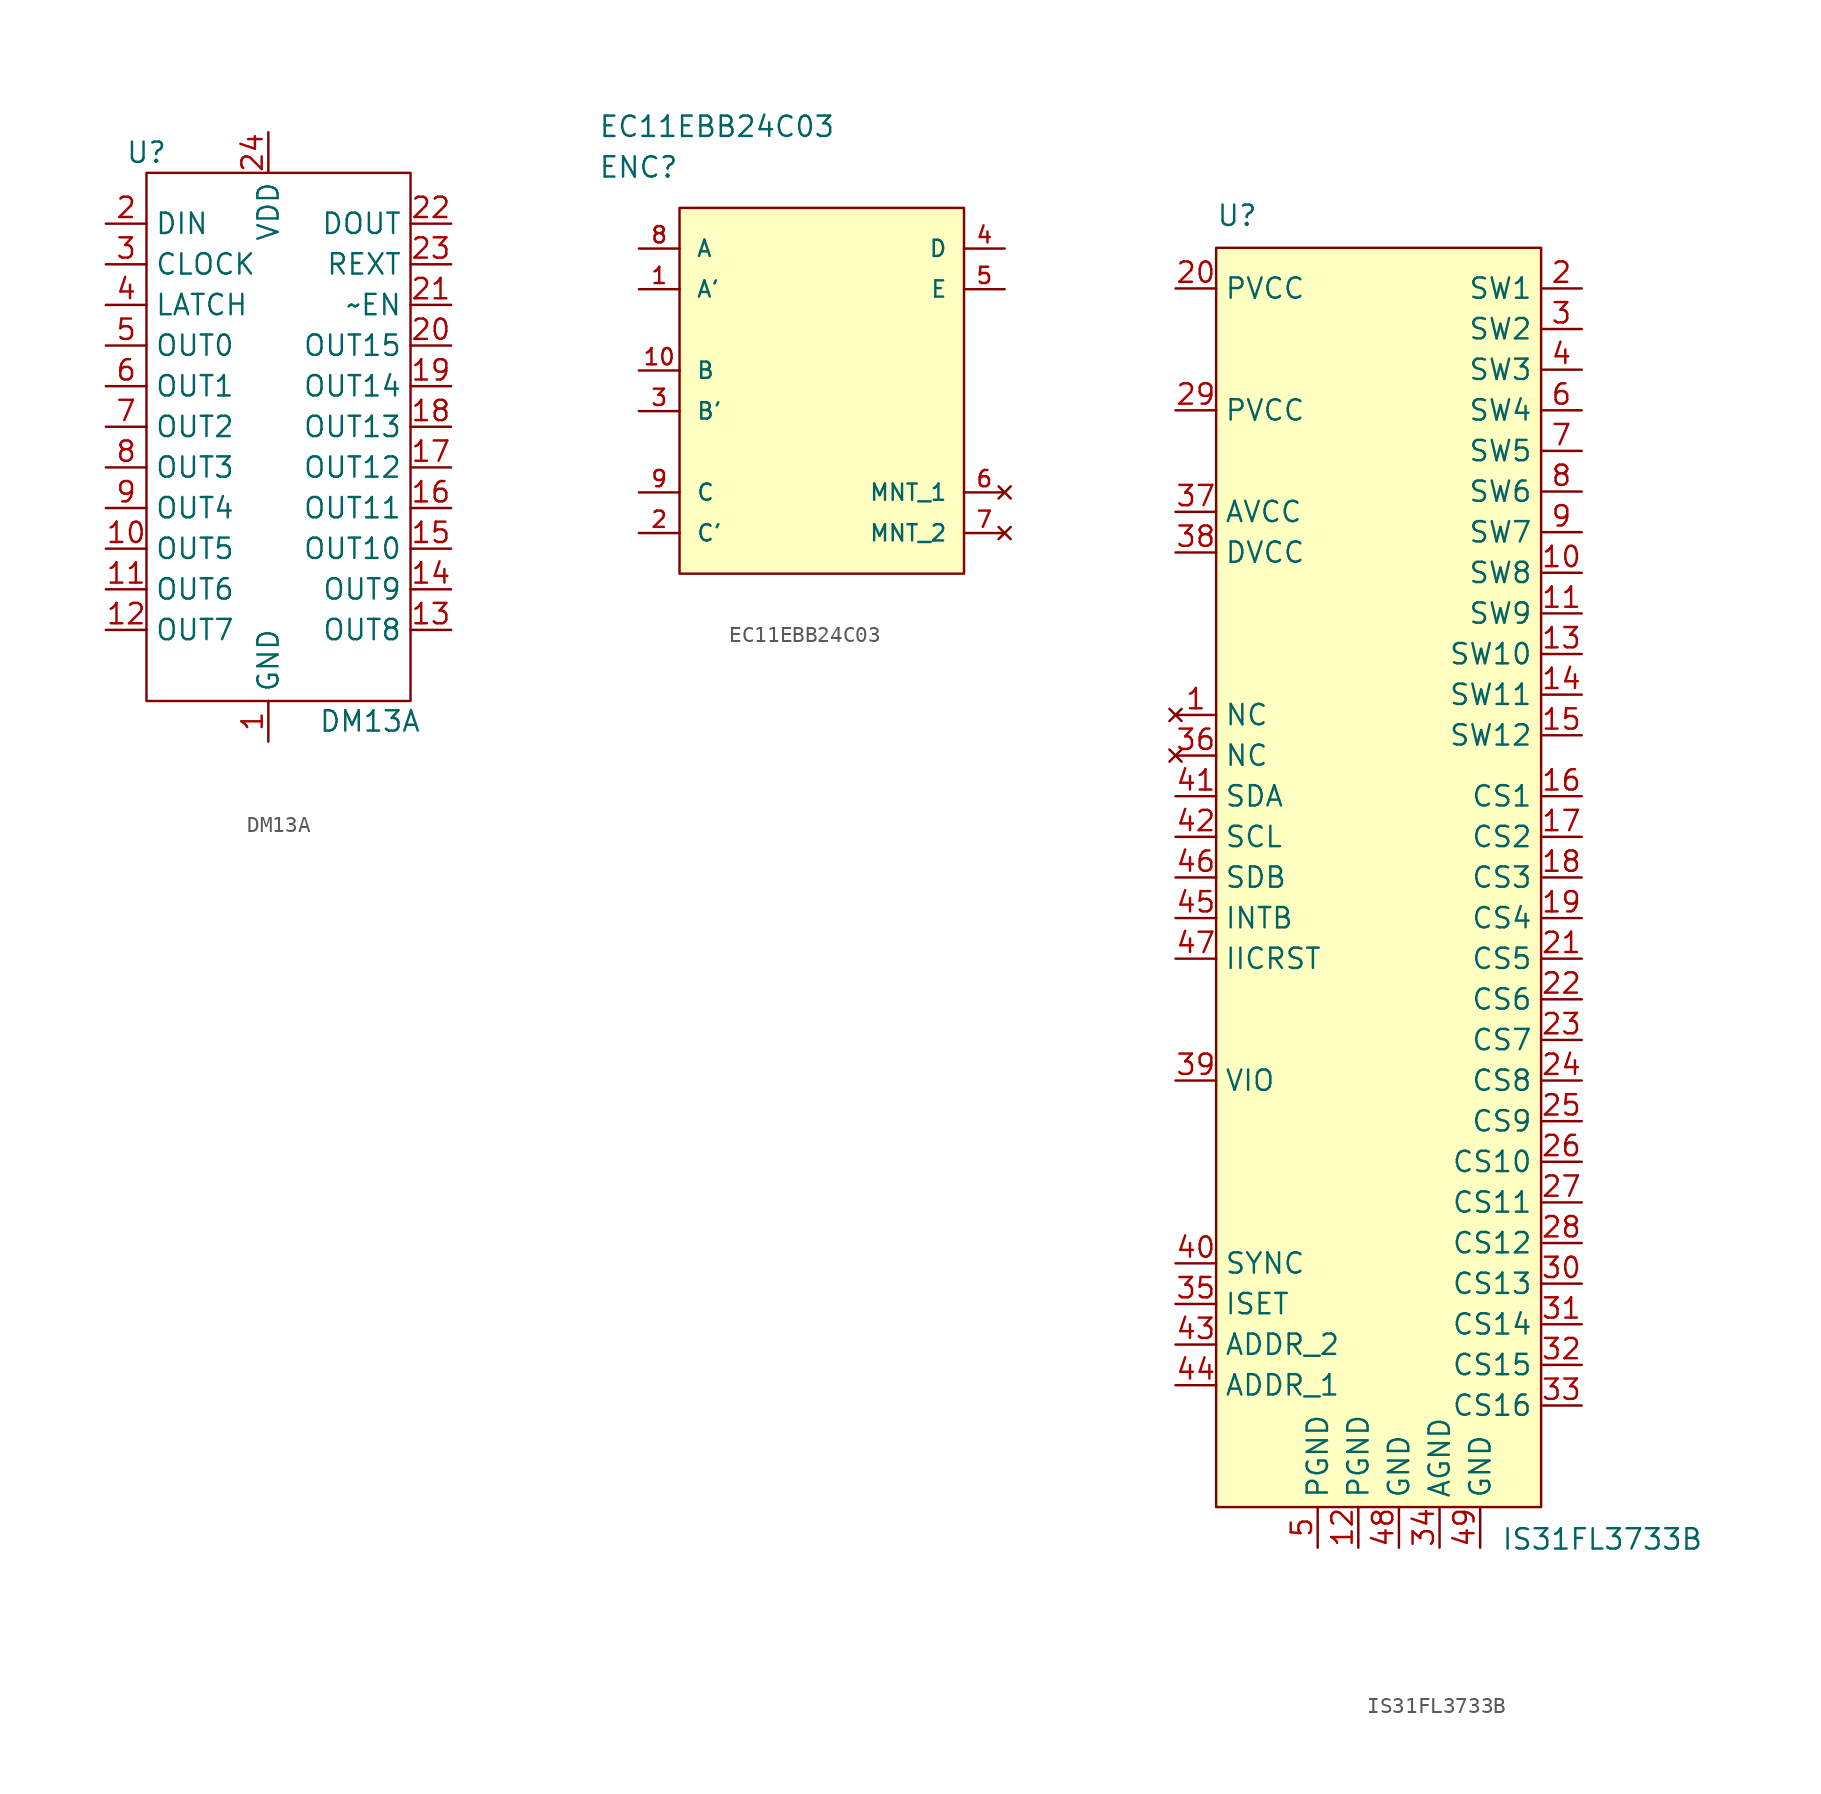
<source format=kicad_sym>
(kicad_symbol_lib
  (version 20211014)
  (generator kicad_symbol_editor)
  (symbol "DM13A"
    (property "Reference" "U"
      (at -7.62 15.875 0)
      (effects (font (size 1.27 1.27))))
    (property "Value" "DM13A"
      (at 6.35 -19.685 0)
      (effects (font (size 1.27 1.27))))
    (symbol "DM13A_0_0"
      (pin power_in line (at 0 -20.955 90) (length 2.54) (name "GND" (effects (font (size 1.27 1.27)))) (number "1" (effects (font (size 1.27 1.27)))))
      (pin output line (at -10.16 -8.89 0) (length 2.54) (name "OUT5" (effects (font (size 1.27 1.27)))) (number "10" (effects (font (size 1.27 1.27)))))
      (pin output line (at -10.16 -11.43 0) (length 2.54) (name "OUT6" (effects (font (size 1.27 1.27)))) (number "11" (effects (font (size 1.27 1.27)))))
      (pin output line (at -10.16 -13.97 0) (length 2.54) (name "OUT7" (effects (font (size 1.27 1.27)))) (number "12" (effects (font (size 1.27 1.27)))))
      (pin output line (at 11.43 -13.97 180) (length 2.54) (name "OUT8" (effects (font (size 1.27 1.27)))) (number "13" (effects (font (size 1.27 1.27)))))
      (pin output line (at 11.43 -11.43 180) (length 2.54) (name "OUT9" (effects (font (size 1.27 1.27)))) (number "14" (effects (font (size 1.27 1.27)))))
      (pin output line (at 11.43 -8.89 180) (length 2.54) (name "OUT10" (effects (font (size 1.27 1.27)))) (number "15" (effects (font (size 1.27 1.27)))))
      (pin output line (at 11.43 -6.35 180) (length 2.54) (name "OUT11" (effects (font (size 1.27 1.27)))) (number "16" (effects (font (size 1.27 1.27)))))
      (pin output line (at 11.43 -3.81 180) (length 2.54) (name "OUT12" (effects (font (size 1.27 1.27)))) (number "17" (effects (font (size 1.27 1.27)))))
      (pin output line (at 11.43 -1.27 180) (length 2.54) (name "OUT13" (effects (font (size 1.27 1.27)))) (number "18" (effects (font (size 1.27 1.27)))))
      (pin output line (at 11.43 1.27 180) (length 2.54) (name "OUT14" (effects (font (size 1.27 1.27)))) (number "19" (effects (font (size 1.27 1.27)))))
      (pin input line (at -10.16 11.43 0) (length 2.54) (name "DIN" (effects (font (size 1.27 1.27)))) (number "2" (effects (font (size 1.27 1.27)))))
      (pin output line (at 11.43 3.81 180) (length 2.54) (name "OUT15" (effects (font (size 1.27 1.27)))) (number "20" (effects (font (size 1.27 1.27)))))
      (pin input line (at 11.43 6.35 180) (length 2.54) (name "~EN" (effects (font (size 1.27 1.27)))) (number "21" (effects (font (size 1.27 1.27)))))
      (pin output line (at 11.43 11.43 180) (length 2.54) (name "DOUT" (effects (font (size 1.27 1.27)))) (number "22" (effects (font (size 1.27 1.27)))))
      (pin input line (at 11.43 8.89 180) (length 2.54) (name "REXT" (effects (font (size 1.27 1.27)))) (number "23" (effects (font (size 1.27 1.27)))))
      (pin power_in line (at 0 17.145 270) (length 2.54) (name "VDD" (effects (font (size 1.27 1.27)))) (number "24" (effects (font (size 1.27 1.27)))))
      (pin input line (at -10.16 8.89 0) (length 2.54) (name "CLOCK" (effects (font (size 1.27 1.27)))) (number "3" (effects (font (size 1.27 1.27)))))
      (pin input line (at -10.16 6.35 0) (length 2.54) (name "LATCH" (effects (font (size 1.27 1.27)))) (number "4" (effects (font (size 1.27 1.27)))))
      (pin output line (at -10.16 3.81 0) (length 2.54) (name "OUT0" (effects (font (size 1.27 1.27)))) (number "5" (effects (font (size 1.27 1.27)))))
      (pin output line (at -10.16 1.27 0) (length 2.54) (name "OUT1" (effects (font (size 1.27 1.27)))) (number "6" (effects (font (size 1.27 1.27)))))
      (pin output line (at -10.16 -1.27 0) (length 2.54) (name "OUT2" (effects (font (size 1.27 1.27)))) (number "7" (effects (font (size 1.27 1.27)))))
      (pin output line (at -10.16 -3.81 0) (length 2.54) (name "OUT3" (effects (font (size 1.27 1.27)))) (number "8" (effects (font (size 1.27 1.27)))))
      (pin output line (at -10.16 -6.35 0) (length 2.54) (name "OUT4" (effects (font (size 1.27 1.27)))) (number "9" (effects (font (size 1.27 1.27))))))
    (symbol "DM13A_0_1"
      (rectangle (start -7.62 14.605) (end 8.89 -18.415) (stroke (width 0) (type default) (color 0 0 0 0)) (fill (type none)))))
  (symbol "EC11EBB24C03"
    (pin_names
      (offset 1.016))
    (property "Reference" "ENC"
      (at 0 5.08 0)
      (effects (font (size 1.27 1.27)) (justify left)))
    (property "Value" "EC11EBB24C03"
      (at 0 7.62 0)
      (effects (font (size 1.27 1.27)) (justify left)))
    (property "ki_locked" ""
      (at 0 0 0)
      (effects (font (size 1.27 1.27))))
    (symbol "EC11EBB24C03_1_1"
      (rectangle (start 5.08 2.54) (end 22.86 -20.32) (stroke (width 0) (type default) (color 0 0 0 0)) (fill (type background)))
      (pin output line (at 2.54 -2.54 0) (length 2.54) (name "A'" (effects (font (size 1.016 1.016)))) (number "1" (effects (font (size 1.016 1.016)))))
      (pin output line (at 2.54 -7.62 0) (length 2.54) (name "B" (effects (font (size 1.016 1.016)))) (number "10" (effects (font (size 1.016 1.016)))))
      (pin passive line (at 2.54 -17.78 0) (length 2.54) (name "C'" (effects (font (size 1.016 1.016)))) (number "2" (effects (font (size 1.016 1.016)))))
      (pin output line (at 2.54 -10.16 0) (length 2.54) (name "B'" (effects (font (size 1.016 1.016)))) (number "3" (effects (font (size 1.016 1.016)))))
      (pin passive line (at 25.4 0 180) (length 2.54) (name "D" (effects (font (size 1.016 1.016)))) (number "4" (effects (font (size 1.016 1.016)))))
      (pin output line (at 25.4 -2.54 180) (length 2.54) (name "E" (effects (font (size 1.016 1.016)))) (number "5" (effects (font (size 1.016 1.016)))))
      (pin no_connect line (at 25.4 -15.24 180) (length 2.54) (name "MNT_1" (effects (font (size 1.016 1.016)))) (number "6" (effects (font (size 1.016 1.016)))))
      (pin no_connect line (at 25.4 -17.78 180) (length 2.54) (name "MNT_2" (effects (font (size 1.016 1.016)))) (number "7" (effects (font (size 1.016 1.016)))))
      (pin output line (at 2.54 0 0) (length 2.54) (name "A" (effects (font (size 1.016 1.016)))) (number "8" (effects (font (size 1.016 1.016)))))
      (pin passive line (at 2.54 -15.24 0) (length 2.54) (name "C" (effects (font (size 1.016 1.016)))) (number "9" (effects (font (size 1.016 1.016)))))))
  (symbol "IS31FL3733B"
    (property "Reference" "U"
      (at -10.16 30.48 0)
      (effects (font (size 1.27 1.27)) (justify left bottom)))
    (property "Value" "IS31FL3733B"
      (at 20.32 -50.8 0)
      (effects (font (size 1.27 1.27)) (justify right top)))
    (symbol "IS31FL3733B_0_1"
      (rectangle (start 10.16 29.21) (end -10.16 -49.53) (stroke (width 0) (type default) (color 0 0 0 0)) (fill (type background))))
    (symbol "IS31FL3733B_1_1"
      (pin no_connect line (at -12.7 0 0) (length 2.54) (name "NC" (effects (font (size 1.27 1.27)))) (number "1" (effects (font (size 1.27 1.27)))))
      (pin bidirectional line (at 12.7 8.89 180) (length 2.54) (name "SW8" (effects (font (size 1.27 1.27)))) (number "10" (effects (font (size 1.27 1.27)))))
      (pin bidirectional line (at 12.7 6.35 180) (length 2.54) (name "SW9" (effects (font (size 1.27 1.27)))) (number "11" (effects (font (size 1.27 1.27)))))
      (pin power_in line (at -1.27 -52.07 90) (length 2.54) (name "PGND" (effects (font (size 1.27 1.27)))) (number "12" (effects (font (size 1.27 1.27)))))
      (pin bidirectional line (at 12.7 3.81 180) (length 2.54) (name "SW10" (effects (font (size 1.27 1.27)))) (number "13" (effects (font (size 1.27 1.27)))))
      (pin bidirectional line (at 12.7 1.27 180) (length 2.54) (name "SW11" (effects (font (size 1.27 1.27)))) (number "14" (effects (font (size 1.27 1.27)))))
      (pin bidirectional line (at 12.7 -1.27 180) (length 2.54) (name "SW12" (effects (font (size 1.27 1.27)))) (number "15" (effects (font (size 1.27 1.27)))))
      (pin bidirectional line (at 12.7 -5.08 180) (length 2.54) (name "CS1" (effects (font (size 1.27 1.27)))) (number "16" (effects (font (size 1.27 1.27)))))
      (pin bidirectional line (at 12.7 -7.62 180) (length 2.54) (name "CS2" (effects (font (size 1.27 1.27)))) (number "17" (effects (font (size 1.27 1.27)))))
      (pin bidirectional line (at 12.7 -10.16 180) (length 2.54) (name "CS3" (effects (font (size 1.27 1.27)))) (number "18" (effects (font (size 1.27 1.27)))))
      (pin bidirectional line (at 12.7 -12.7 180) (length 2.54) (name "CS4" (effects (font (size 1.27 1.27)))) (number "19" (effects (font (size 1.27 1.27)))))
      (pin bidirectional line (at 12.7 26.67 180) (length 2.54) (name "SW1" (effects (font (size 1.27 1.27)))) (number "2" (effects (font (size 1.27 1.27)))))
      (pin power_in line (at -12.7 26.67 0) (length 2.54) (name "PVCC" (effects (font (size 1.27 1.27)))) (number "20" (effects (font (size 1.27 1.27)))))
      (pin bidirectional line (at 12.7 -15.24 180) (length 2.54) (name "CS5" (effects (font (size 1.27 1.27)))) (number "21" (effects (font (size 1.27 1.27)))))
      (pin bidirectional line (at 12.7 -17.78 180) (length 2.54) (name "CS6" (effects (font (size 1.27 1.27)))) (number "22" (effects (font (size 1.27 1.27)))))
      (pin bidirectional line (at 12.7 -20.32 180) (length 2.54) (name "CS7" (effects (font (size 1.27 1.27)))) (number "23" (effects (font (size 1.27 1.27)))))
      (pin bidirectional line (at 12.7 -22.86 180) (length 2.54) (name "CS8" (effects (font (size 1.27 1.27)))) (number "24" (effects (font (size 1.27 1.27)))))
      (pin bidirectional line (at 12.7 -25.4 180) (length 2.54) (name "CS9" (effects (font (size 1.27 1.27)))) (number "25" (effects (font (size 1.27 1.27)))))
      (pin bidirectional line (at 12.7 -27.94 180) (length 2.54) (name "CS10" (effects (font (size 1.27 1.27)))) (number "26" (effects (font (size 1.27 1.27)))))
      (pin bidirectional line (at 12.7 -30.48 180) (length 2.54) (name "CS11" (effects (font (size 1.27 1.27)))) (number "27" (effects (font (size 1.27 1.27)))))
      (pin bidirectional line (at 12.7 -33.02 180) (length 2.54) (name "CS12" (effects (font (size 1.27 1.27)))) (number "28" (effects (font (size 1.27 1.27)))))
      (pin power_in line (at -12.7 19.05 0) (length 2.54) (name "PVCC" (effects (font (size 1.27 1.27)))) (number "29" (effects (font (size 1.27 1.27)))))
      (pin bidirectional line (at 12.7 24.13 180) (length 2.54) (name "SW2" (effects (font (size 1.27 1.27)))) (number "3" (effects (font (size 1.27 1.27)))))
      (pin bidirectional line (at 12.7 -35.56 180) (length 2.54) (name "CS13" (effects (font (size 1.27 1.27)))) (number "30" (effects (font (size 1.27 1.27)))))
      (pin bidirectional line (at 12.7 -38.1 180) (length 2.54) (name "CS14" (effects (font (size 1.27 1.27)))) (number "31" (effects (font (size 1.27 1.27)))))
      (pin bidirectional line (at 12.7 -40.64 180) (length 2.54) (name "CS15" (effects (font (size 1.27 1.27)))) (number "32" (effects (font (size 1.27 1.27)))))
      (pin bidirectional line (at 12.7 -43.18 180) (length 2.54) (name "CS16" (effects (font (size 1.27 1.27)))) (number "33" (effects (font (size 1.27 1.27)))))
      (pin power_in line (at 3.81 -52.07 90) (length 2.54) (name "AGND" (effects (font (size 1.27 1.27)))) (number "34" (effects (font (size 1.27 1.27)))))
      (pin input line (at -12.7 -36.83 0) (length 2.54) (name "ISET" (effects (font (size 1.27 1.27)))) (number "35" (effects (font (size 1.27 1.27)))))
      (pin no_connect line (at -12.7 -2.54 0) (length 2.54) (name "NC" (effects (font (size 1.27 1.27)))) (number "36" (effects (font (size 1.27 1.27)))))
      (pin power_in line (at -12.7 12.7 0) (length 2.54) (name "AVCC" (effects (font (size 1.27 1.27)))) (number "37" (effects (font (size 1.27 1.27)))))
      (pin power_in line (at -12.7 10.16 0) (length 2.54) (name "DVCC" (effects (font (size 1.27 1.27)))) (number "38" (effects (font (size 1.27 1.27)))))
      (pin input line (at -12.7 -22.86 0) (length 2.54) (name "VIO" (effects (font (size 1.27 1.27)))) (number "39" (effects (font (size 1.27 1.27)))))
      (pin bidirectional line (at 12.7 21.59 180) (length 2.54) (name "SW3" (effects (font (size 1.27 1.27)))) (number "4" (effects (font (size 1.27 1.27)))))
      (pin bidirectional line (at -12.7 -34.29 0) (length 2.54) (name "SYNC" (effects (font (size 1.27 1.27)))) (number "40" (effects (font (size 1.27 1.27)))))
      (pin bidirectional line (at -12.7 -5.08 0) (length 2.54) (name "SDA" (effects (font (size 1.27 1.27)))) (number "41" (effects (font (size 1.27 1.27)))))
      (pin input line (at -12.7 -7.62 0) (length 2.54) (name "SCL" (effects (font (size 1.27 1.27)))) (number "42" (effects (font (size 1.27 1.27)))))
      (pin input line (at -12.7 -39.37 0) (length 2.54) (name "ADDR_2" (effects (font (size 1.27 1.27)))) (number "43" (effects (font (size 1.27 1.27)))))
      (pin input line (at -12.7 -41.91 0) (length 2.54) (name "ADDR_1" (effects (font (size 1.27 1.27)))) (number "44" (effects (font (size 1.27 1.27)))))
      (pin output line (at -12.7 -12.7 0) (length 2.54) (name "INTB" (effects (font (size 1.27 1.27)))) (number "45" (effects (font (size 1.27 1.27)))))
      (pin input line (at -12.7 -10.16 0) (length 2.54) (name "SDB" (effects (font (size 1.27 1.27)))) (number "46" (effects (font (size 1.27 1.27)))))
      (pin output line (at -12.7 -15.24 0) (length 2.54) (name "IICRST" (effects (font (size 1.27 1.27)))) (number "47" (effects (font (size 1.27 1.27)))))
      (pin power_in line (at 1.27 -52.07 90) (length 2.54) (name "GND" (effects (font (size 1.27 1.27)))) (number "48" (effects (font (size 1.27 1.27)))))
      (pin power_in line (at 6.35 -52.07 90) (length 2.54) (name "GND" (effects (font (size 1.27 1.27)))) (number "49" (effects (font (size 1.27 1.27)))))
      (pin power_in line (at -3.81 -52.07 90) (length 2.54) (name "PGND" (effects (font (size 1.27 1.27)))) (number "5" (effects (font (size 1.27 1.27)))))
      (pin bidirectional line (at 12.7 19.05 180) (length 2.54) (name "SW4" (effects (font (size 1.27 1.27)))) (number "6" (effects (font (size 1.27 1.27)))))
      (pin bidirectional line (at 12.7 16.51 180) (length 2.54) (name "SW5" (effects (font (size 1.27 1.27)))) (number "7" (effects (font (size 1.27 1.27)))))
      (pin bidirectional line (at 12.7 13.97 180) (length 2.54) (name "SW6" (effects (font (size 1.27 1.27)))) (number "8" (effects (font (size 1.27 1.27)))))
      (pin bidirectional line (at 12.7 11.43 180) (length 2.54) (name "SW7" (effects (font (size 1.27 1.27)))) (number "9" (effects (font (size 1.27 1.27))))))))
</source>
